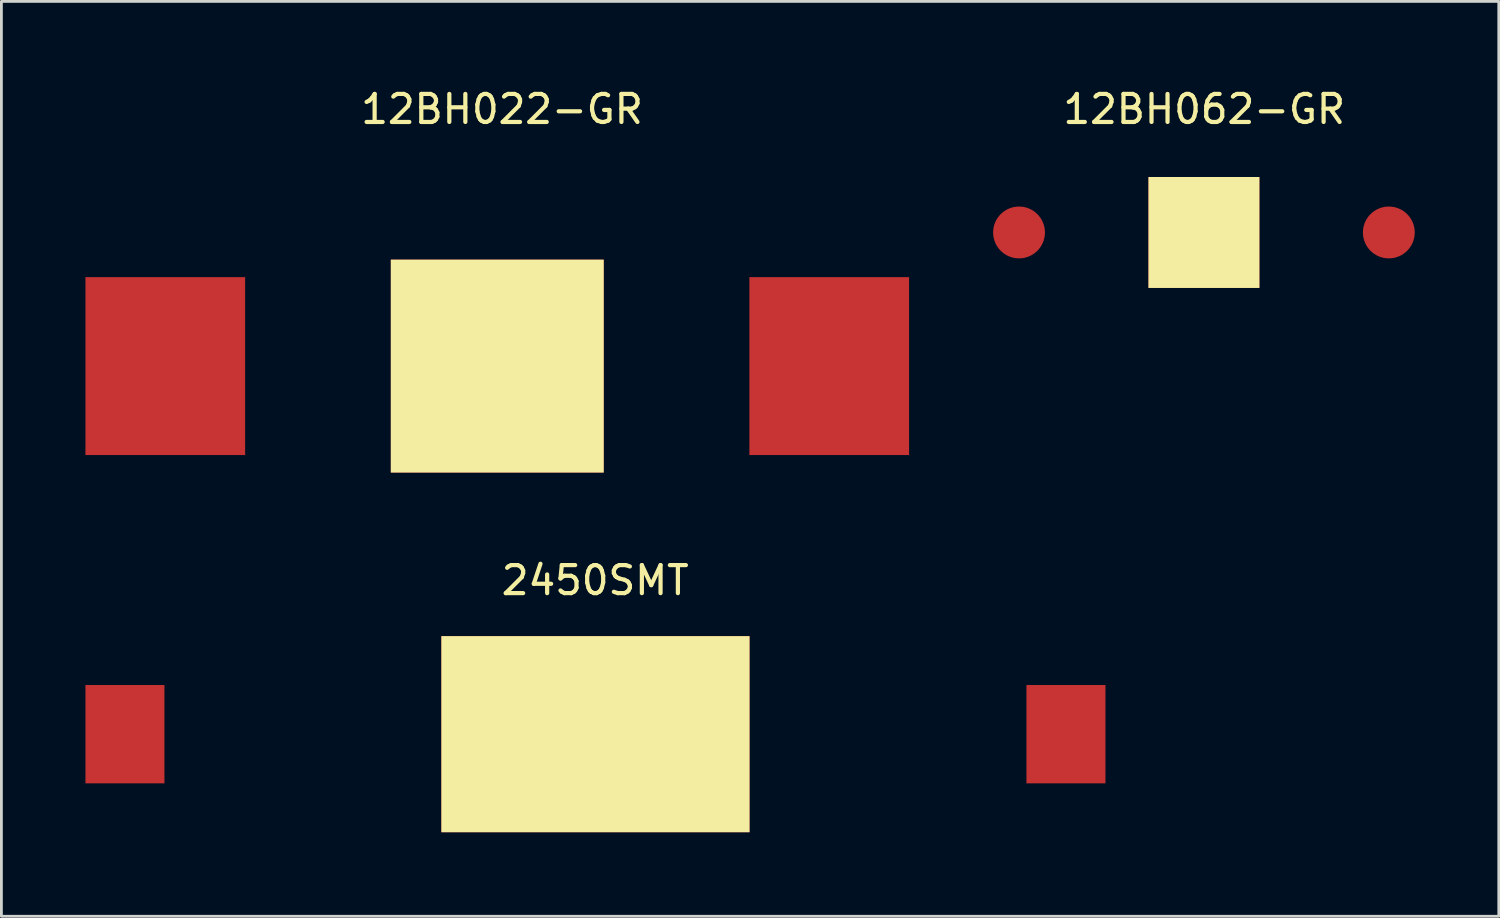
<source format=kicad_pcb>
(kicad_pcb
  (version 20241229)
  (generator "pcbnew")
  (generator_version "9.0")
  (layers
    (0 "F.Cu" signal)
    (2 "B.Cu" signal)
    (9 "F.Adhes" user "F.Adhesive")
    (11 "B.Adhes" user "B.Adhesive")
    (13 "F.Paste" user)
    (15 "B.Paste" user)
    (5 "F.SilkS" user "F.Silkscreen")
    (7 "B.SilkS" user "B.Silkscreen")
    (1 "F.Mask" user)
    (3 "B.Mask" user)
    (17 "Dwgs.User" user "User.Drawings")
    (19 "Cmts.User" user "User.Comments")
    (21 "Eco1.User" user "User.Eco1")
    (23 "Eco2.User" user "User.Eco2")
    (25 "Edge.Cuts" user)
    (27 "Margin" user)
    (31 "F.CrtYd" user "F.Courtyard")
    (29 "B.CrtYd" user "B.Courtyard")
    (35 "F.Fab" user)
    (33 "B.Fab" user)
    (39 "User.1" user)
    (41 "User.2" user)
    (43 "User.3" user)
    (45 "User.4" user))
  (footprint "12BH022-GR"
    (layer "F.Cu")
    (at 14.7 10.018)
    (property "Reference" "12BH022-GR" (at 0.17 -9.17 0) (layer "F.SilkS") (effects (font (size 1 1) (thickness 0.15))))
    (attr through_hole)
    (pad "1" smd trapezoid (at 11.85 0) (size 5.7 6.35) (layers "*.Mask" "F.Cu"))
    (pad "2" smd trapezoid (at -11.85 0) (size 5.7 6.35) (layers "*.Mask" "F.Cu"))
    (pad "3" smd rect (at 0 0) (size 7.6 7.6) (layers "F.Cu" "F.SilkS")))
  (footprint "12BH062-GR"
    (layer "F.Cu")
    (at 39.925 5.248)
    (property "Reference" "12BH062-GR" (at 0.01 -4.4 0) (layer "F.SilkS") (effects (font (size 1 1) (thickness 0.15))))
    (attr through_hole)
    (pad "" smd rect (at 0 0) (size 3.96 3.96) (layers "F.Cu" "F.SilkS"))
    (pad "1" smd circle (at 6.6 0) (size 1.85 1.85) (layers "*.Mask" "F.Cu"))
    (pad "2" smd circle (at -6.6 0) (size 1.85 1.85) (layers "*.Mask" "F.Cu")))
  (footprint "2450SMT"
    (layer "F.Cu")
    (at 18.205 23.157)
    (property "Reference" "2450SMT" (at -0.01 -5.49 0) (layer "F.SilkS") (effects (font (size 1 1) (thickness 0.15))))
    (attr through_hole)
    (pad "" smd trapezoid (at 0 0) (size 11 7) (layers "F.Cu" "F.SilkS"))
    (pad "1" smd trapezoid (at 16.795 0) (size 2.82 3.51) (layers "*.Mask" "F.Cu"))
    (pad "2" smd trapezoid (at -16.795 0) (size 2.82 3.51) (layers "*.Mask" "F.Cu")))
  (gr_rect
    (start -3 -3)
    (end 50.45 29.657)
    (stroke (width 0.1) (type default))
    (fill no)
    (layer "Edge.Cuts")))
</source>
